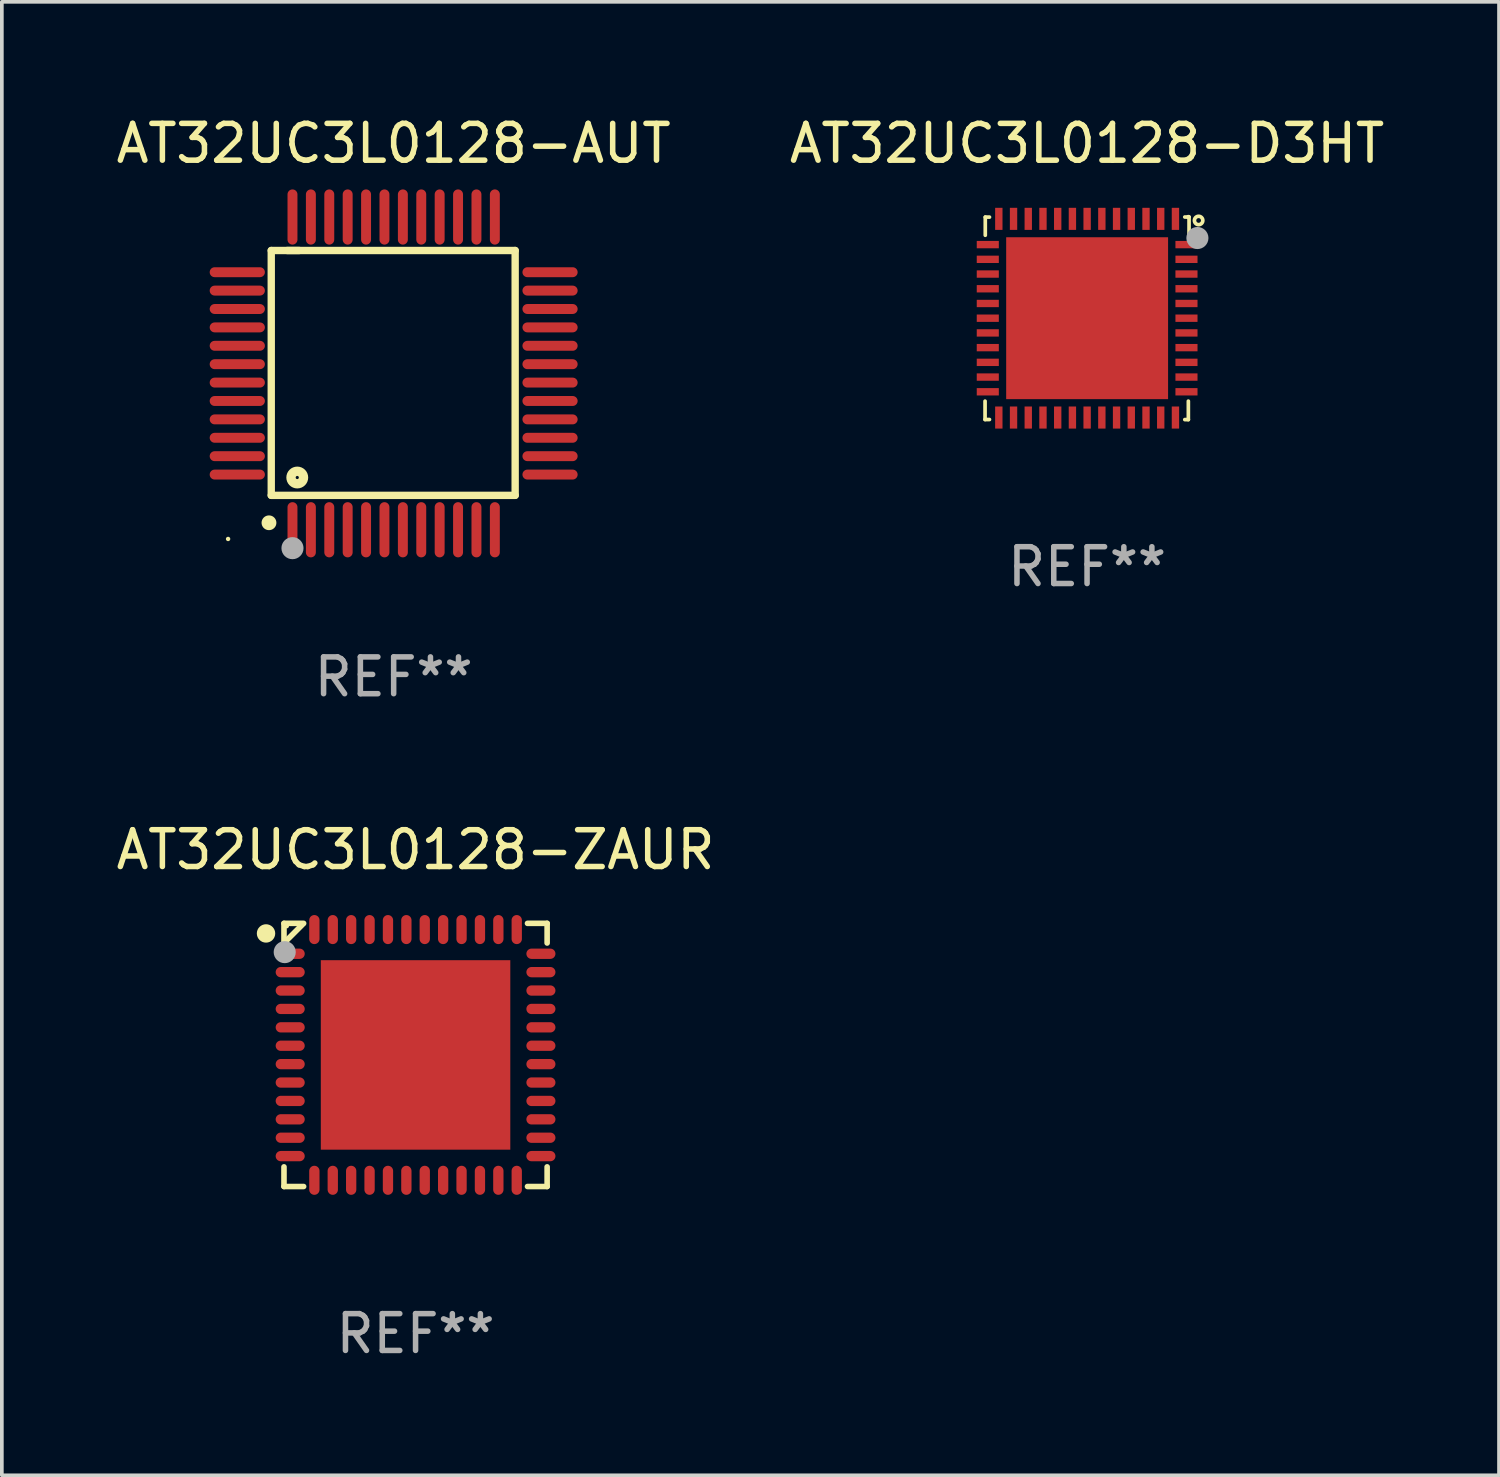
<source format=kicad_pcb>
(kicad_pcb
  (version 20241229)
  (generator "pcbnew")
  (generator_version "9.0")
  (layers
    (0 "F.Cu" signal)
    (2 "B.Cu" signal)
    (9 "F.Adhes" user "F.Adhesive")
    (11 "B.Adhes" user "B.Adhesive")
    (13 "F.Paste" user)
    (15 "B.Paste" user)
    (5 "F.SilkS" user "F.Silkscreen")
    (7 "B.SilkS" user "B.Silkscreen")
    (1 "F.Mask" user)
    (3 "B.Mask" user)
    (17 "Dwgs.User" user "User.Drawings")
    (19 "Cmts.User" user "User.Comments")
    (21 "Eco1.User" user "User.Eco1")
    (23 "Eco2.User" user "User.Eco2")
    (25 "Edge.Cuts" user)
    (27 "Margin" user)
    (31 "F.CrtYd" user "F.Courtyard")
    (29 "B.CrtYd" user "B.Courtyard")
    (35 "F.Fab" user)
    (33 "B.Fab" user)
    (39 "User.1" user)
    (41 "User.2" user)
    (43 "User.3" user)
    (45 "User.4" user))
  (footprint "AT32UC3L0128-ZAUR"
    (layer "F.Cu")
    (at 8.244 25.621)
    (property "Reference" "AT32UC3L0128-ZAUR" (at 0 -5.576 0) (layer "F.SilkS") (effects (font (size 1 1) (thickness 0.15))))
    (attr through_hole)
    (fp_line (start -3.576 -3.576) (end -3.042 -3.576) (stroke (width 0.152) (type solid)) (layer "F.SilkS"))
    (fp_line (start -3.576 -3.042) (end -3.576 -3.576) (stroke (width 0.152) (type solid)) (layer "F.SilkS"))
    (fp_line (start -3.576 3.042) (end -3.576 3.576) (stroke (width 0.152) (type solid)) (layer "F.SilkS"))
    (fp_line (start -3.576 3.576) (end -3.042 3.576) (stroke (width 0.152) (type solid)) (layer "F.SilkS"))
    (fp_line (start -3.069 -3.549) (end -3.549 -3.069) (stroke (width 0.152) (type solid)) (layer "F.SilkS"))
    (fp_line (start 3.576 -3.576) (end 3.042 -3.576) (stroke (width 0.152) (type solid)) (layer "F.SilkS"))
    (fp_line (start 3.576 -3.042) (end 3.576 -3.576) (stroke (width 0.152) (type solid)) (layer "F.SilkS"))
    (fp_line (start 3.576 3.042) (end 3.576 3.576) (stroke (width 0.152) (type solid)) (layer "F.SilkS"))
    (fp_line (start 3.576 3.576) (end 3.042 3.576) (stroke (width 0.152) (type solid)) (layer "F.SilkS"))
    (fp_circle (center -4.064 -3.302) (end -3.939 -3.302) (stroke (width 0.25) (type solid)) (fill no) (layer "F.SilkS"))
    (fp_circle (center -3.5 -3.5) (end -3.47 -3.5) (stroke (width 0.06) (type solid)) (fill no) (layer "F.SilkS"))
    (fp_circle (center -3.556 -2.794) (end -3.406 -2.794) (stroke (width 0.3) (type solid)) (fill no) (layer "F.Fab"))
    (fp_text user "REF**" (at 0 7.576 0) (layer "F.Fab") (effects (font (size 1 1) (thickness 0.15))))
    (pad "1" smd oval (at -3.407 -2.75) (size 0.79 0.28) (layers "F.Cu" "F.Mask" "F.Paste"))
    (pad "2" smd oval (at -3.407 -2.25) (size 0.79 0.28) (layers "F.Cu" "F.Mask" "F.Paste"))
    (pad "3" smd oval (at -3.407 -1.75) (size 0.79 0.28) (layers "F.Cu" "F.Mask" "F.Paste"))
    (pad "4" smd oval (at -3.407 -1.25) (size 0.79 0.28) (layers "F.Cu" "F.Mask" "F.Paste"))
    (pad "5" smd oval (at -3.407 -0.75) (size 0.79 0.28) (layers "F.Cu" "F.Mask" "F.Paste"))
    (pad "6" smd oval (at -3.407 -0.25) (size 0.79 0.28) (layers "F.Cu" "F.Mask" "F.Paste"))
    (pad "7" smd oval (at -3.407 0.25) (size 0.79 0.28) (layers "F.Cu" "F.Mask" "F.Paste"))
    (pad "8" smd oval (at -3.407 0.75) (size 0.79 0.28) (layers "F.Cu" "F.Mask" "F.Paste"))
    (pad "9" smd oval (at -3.407 1.25) (size 0.79 0.28) (layers "F.Cu" "F.Mask" "F.Paste"))
    (pad "10" smd oval (at -3.407 1.75) (size 0.79 0.28) (layers "F.Cu" "F.Mask" "F.Paste"))
    (pad "11" smd oval (at -3.407 2.25) (size 0.79 0.28) (layers "F.Cu" "F.Mask" "F.Paste"))
    (pad "12" smd oval (at -3.407 2.75) (size 0.79 0.28) (layers "F.Cu" "F.Mask" "F.Paste"))
    (pad "13" smd oval (at -2.75 3.407) (size 0.28 0.79) (layers "F.Cu" "F.Mask" "F.Paste"))
    (pad "14" smd oval (at -2.25 3.407) (size 0.28 0.79) (layers "F.Cu" "F.Mask" "F.Paste"))
    (pad "15" smd oval (at -1.75 3.407) (size 0.28 0.79) (layers "F.Cu" "F.Mask" "F.Paste"))
    (pad "16" smd oval (at -1.25 3.407) (size 0.28 0.79) (layers "F.Cu" "F.Mask" "F.Paste"))
    (pad "17" smd oval (at -0.75 3.407) (size 0.28 0.79) (layers "F.Cu" "F.Mask" "F.Paste"))
    (pad "18" smd oval (at -0.25 3.407) (size 0.28 0.79) (layers "F.Cu" "F.Mask" "F.Paste"))
    (pad "19" smd oval (at 0.25 3.407) (size 0.28 0.79) (layers "F.Cu" "F.Mask" "F.Paste"))
    (pad "20" smd oval (at 0.75 3.407) (size 0.28 0.79) (layers "F.Cu" "F.Mask" "F.Paste"))
    (pad "21" smd oval (at 1.25 3.407) (size 0.28 0.79) (layers "F.Cu" "F.Mask" "F.Paste"))
    (pad "22" smd oval (at 1.75 3.407) (size 0.28 0.79) (layers "F.Cu" "F.Mask" "F.Paste"))
    (pad "23" smd oval (at 2.25 3.407) (size 0.28 0.79) (layers "F.Cu" "F.Mask" "F.Paste"))
    (pad "24" smd oval (at 2.75 3.407) (size 0.28 0.79) (layers "F.Cu" "F.Mask" "F.Paste"))
    (pad "25" smd oval (at 3.407 2.75) (size 0.79 0.28) (layers "F.Cu" "F.Mask" "F.Paste"))
    (pad "26" smd oval (at 3.407 2.25) (size 0.79 0.28) (layers "F.Cu" "F.Mask" "F.Paste"))
    (pad "27" smd oval (at 3.407 1.75) (size 0.79 0.28) (layers "F.Cu" "F.Mask" "F.Paste"))
    (pad "28" smd oval (at 3.407 1.25) (size 0.79 0.28) (layers "F.Cu" "F.Mask" "F.Paste"))
    (pad "29" smd oval (at 3.407 0.75) (size 0.79 0.28) (layers "F.Cu" "F.Mask" "F.Paste"))
    (pad "30" smd oval (at 3.407 0.25) (size 0.79 0.28) (layers "F.Cu" "F.Mask" "F.Paste"))
    (pad "31" smd oval (at 3.407 -0.25) (size 0.79 0.28) (layers "F.Cu" "F.Mask" "F.Paste"))
    (pad "32" smd oval (at 3.407 -0.75) (size 0.79 0.28) (layers "F.Cu" "F.Mask" "F.Paste"))
    (pad "33" smd oval (at 3.407 -1.25) (size 0.79 0.28) (layers "F.Cu" "F.Mask" "F.Paste"))
    (pad "34" smd oval (at 3.407 -1.75) (size 0.79 0.28) (layers "F.Cu" "F.Mask" "F.Paste"))
    (pad "35" smd oval (at 3.407 -2.25) (size 0.79 0.28) (layers "F.Cu" "F.Mask" "F.Paste"))
    (pad "36" smd oval (at 3.407 -2.75) (size 0.79 0.28) (layers "F.Cu" "F.Mask" "F.Paste"))
    (pad "37" smd oval (at 2.75 -3.407) (size 0.28 0.79) (layers "F.Cu" "F.Mask" "F.Paste"))
    (pad "38" smd oval (at 2.25 -3.407) (size 0.28 0.79) (layers "F.Cu" "F.Mask" "F.Paste"))
    (pad "39" smd oval (at 1.75 -3.407) (size 0.28 0.79) (layers "F.Cu" "F.Mask" "F.Paste"))
    (pad "40" smd oval (at 1.25 -3.407) (size 0.28 0.79) (layers "F.Cu" "F.Mask" "F.Paste"))
    (pad "41" smd oval (at 0.75 -3.407) (size 0.28 0.79) (layers "F.Cu" "F.Mask" "F.Paste"))
    (pad "42" smd oval (at 0.25 -3.407) (size 0.28 0.79) (layers "F.Cu" "F.Mask" "F.Paste"))
    (pad "43" smd oval (at -0.25 -3.407) (size 0.28 0.79) (layers "F.Cu" "F.Mask" "F.Paste"))
    (pad "44" smd oval (at -0.75 -3.407) (size 0.28 0.79) (layers "F.Cu" "F.Mask" "F.Paste"))
    (pad "45" smd oval (at -1.25 -3.407) (size 0.28 0.79) (layers "F.Cu" "F.Mask" "F.Paste"))
    (pad "46" smd oval (at -1.75 -3.407) (size 0.28 0.79) (layers "F.Cu" "F.Mask" "F.Paste"))
    (pad "47" smd oval (at -2.25 -3.407) (size 0.28 0.79) (layers "F.Cu" "F.Mask" "F.Paste"))
    (pad "48" smd oval (at -2.75 -3.407) (size 0.28 0.79) (layers "F.Cu" "F.Mask" "F.Paste"))
    (pad "49" smd rect (at 0 0) (size 5.15 5.15) (layers "F.Cu" "F.Mask" "F.Paste")))
  (footprint "AT32UC3L0128-D3HT"
    (layer "F.Cu")
    (at 26.494 5.601)
    (property "Reference" "AT32UC3L0128-D3HT" (at 0 -4.753 0) (layer "F.SilkS") (effects (font (size 1 1) (thickness 0.15))))
    (attr through_hole)
    (fp_line (start -2.772 2.751) (end -2.772 2.251) (stroke (width 0.1) (type solid)) (layer "F.SilkS"))
    (fp_line (start -2.766 -2.75) (end -2.766 -2.257) (stroke (width 0.1) (type solid)) (layer "F.SilkS"))
    (fp_line (start -2.652 -2.75) (end -2.766 -2.75) (stroke (width 0.1) (type solid)) (layer "F.SilkS"))
    (fp_line (start -2.652 2.751) (end -2.772 2.751) (stroke (width 0.1) (type solid)) (layer "F.SilkS"))
    (fp_line (start 2.656 -2.753) (end 2.772 -2.753) (stroke (width 0.1) (type solid)) (layer "F.SilkS"))
    (fp_line (start 2.656 2.753) (end 2.753 2.753) (stroke (width 0.1) (type solid)) (layer "F.SilkS"))
    (fp_line (start 2.753 2.753) (end 2.753 2.251) (stroke (width 0.1) (type solid)) (layer "F.SilkS"))
    (fp_line (start 2.772 -2.753) (end 2.772 -2.257) (stroke (width 0.1) (type solid)) (layer "F.SilkS"))
    (fp_circle (center 2.752 -2.753) (end 2.782 -2.753) (stroke (width 0.06) (type solid)) (fill no) (layer "F.SilkS"))
    (fp_circle (center 3.032 -2.659) (end 3.146 -2.659) (stroke (width 0.1) (type solid)) (fill no) (layer "F.SilkS"))
    (fp_circle (center 2.999 -2.182) (end 3.149 -2.182) (stroke (width 0.3) (type solid)) (fill no) (layer "F.Fab"))
    (fp_text user "REF**" (at 0 6.753 0) (layer "F.Fab") (effects (font (size 1 1) (thickness 0.15))))
    (pad "1" smd rect (at 2.702 -2.003 90) (size 0.2 0.6) (layers "F.Cu" "F.Mask" "F.Paste"))
    (pad "2" smd rect (at 2.702 -1.603 90) (size 0.2 0.6) (layers "F.Cu" "F.Mask" "F.Paste"))
    (pad "3" smd rect (at 2.702 -1.203 90) (size 0.2 0.6) (layers "F.Cu" "F.Mask" "F.Paste"))
    (pad "4" smd rect (at 2.702 -0.803 90) (size 0.2 0.6) (layers "F.Cu" "F.Mask" "F.Paste"))
    (pad "5" smd rect (at 2.702 -0.403 90) (size 0.2 0.6) (layers "F.Cu" "F.Mask" "F.Paste"))
    (pad "6" smd rect (at 2.702 -0.003 90) (size 0.2 0.6) (layers "F.Cu" "F.Mask" "F.Paste"))
    (pad "7" smd rect (at 2.702 0.397 90) (size 0.2 0.6) (layers "F.Cu" "F.Mask" "F.Paste"))
    (pad "8" smd rect (at 2.702 0.797 90) (size 0.2 0.6) (layers "F.Cu" "F.Mask" "F.Paste"))
    (pad "9" smd rect (at 2.702 1.197 90) (size 0.2 0.6) (layers "F.Cu" "F.Mask" "F.Paste"))
    (pad "10" smd rect (at 2.702 1.597 90) (size 0.2 0.6) (layers "F.Cu" "F.Mask" "F.Paste"))
    (pad "11" smd rect (at 2.702 1.997 90) (size 0.2 0.6) (layers "F.Cu" "F.Mask" "F.Paste"))
    (pad "12" smd rect (at 2.402 2.697 180) (size 0.2 0.6) (layers "F.Cu" "F.Mask" "F.Paste"))
    (pad "13" smd rect (at 2.002 2.697 180) (size 0.2 0.6) (layers "F.Cu" "F.Mask" "F.Paste"))
    (pad "14" smd rect (at 1.602 2.697 180) (size 0.2 0.6) (layers "F.Cu" "F.Mask" "F.Paste"))
    (pad "15" smd rect (at 1.202 2.697 180) (size 0.2 0.6) (layers "F.Cu" "F.Mask" "F.Paste"))
    (pad "16" smd rect (at 0.802 2.697 180) (size 0.2 0.6) (layers "F.Cu" "F.Mask" "F.Paste"))
    (pad "17" smd rect (at 0.402 2.697 180) (size 0.2 0.6) (layers "F.Cu" "F.Mask" "F.Paste"))
    (pad "18" smd rect (at 0.002 2.697 180) (size 0.2 0.6) (layers "F.Cu" "F.Mask" "F.Paste"))
    (pad "19" smd rect (at -0.398 2.697 180) (size 0.2 0.6) (layers "F.Cu" "F.Mask" "F.Paste"))
    (pad "20" smd rect (at -0.798 2.697 180) (size 0.2 0.6) (layers "F.Cu" "F.Mask" "F.Paste"))
    (pad "21" smd rect (at -1.198 2.697 180) (size 0.2 0.6) (layers "F.Cu" "F.Mask" "F.Paste"))
    (pad "22" smd rect (at -1.598 2.697 180) (size 0.2 0.6) (layers "F.Cu" "F.Mask" "F.Paste"))
    (pad "23" smd rect (at -1.998 2.697 180) (size 0.2 0.6) (layers "F.Cu" "F.Mask" "F.Paste"))
    (pad "24" smd rect (at -2.398 2.697 180) (size 0.2 0.6) (layers "F.Cu" "F.Mask" "F.Paste"))
    (pad "25" smd rect (at -2.698 1.997 270) (size 0.2 0.6) (layers "F.Cu" "F.Mask" "F.Paste"))
    (pad "26" smd rect (at -2.698 1.597 270) (size 0.2 0.6) (layers "F.Cu" "F.Mask" "F.Paste"))
    (pad "27" smd rect (at -2.698 1.197 270) (size 0.2 0.6) (layers "F.Cu" "F.Mask" "F.Paste"))
    (pad "28" smd rect (at -2.698 0.797 270) (size 0.2 0.6) (layers "F.Cu" "F.Mask" "F.Paste"))
    (pad "29" smd rect (at -2.698 0.397 270) (size 0.2 0.6) (layers "F.Cu" "F.Mask" "F.Paste"))
    (pad "30" smd rect (at -2.698 -0.003 270) (size 0.2 0.6) (layers "F.Cu" "F.Mask" "F.Paste"))
    (pad "31" smd rect (at -2.698 -0.403 270) (size 0.2 0.6) (layers "F.Cu" "F.Mask" "F.Paste"))
    (pad "32" smd rect (at -2.698 -0.803 270) (size 0.2 0.6) (layers "F.Cu" "F.Mask" "F.Paste"))
    (pad "33" smd rect (at -2.698 -1.203 270) (size 0.2 0.6) (layers "F.Cu" "F.Mask" "F.Paste"))
    (pad "34" smd rect (at -2.698 -1.603 270) (size 0.2 0.6) (layers "F.Cu" "F.Mask" "F.Paste"))
    (pad "35" smd rect (at -2.698 -2.003 270) (size 0.2 0.6) (layers "F.Cu" "F.Mask" "F.Paste"))
    (pad "36" smd rect (at -2.398 -2.703) (size 0.2 0.6) (layers "F.Cu" "F.Mask" "F.Paste"))
    (pad "37" smd rect (at -1.998 -2.703) (size 0.2 0.6) (layers "F.Cu" "F.Mask" "F.Paste"))
    (pad "38" smd rect (at -1.598 -2.703) (size 0.2 0.6) (layers "F.Cu" "F.Mask" "F.Paste"))
    (pad "39" smd rect (at -1.198 -2.703) (size 0.2 0.6) (layers "F.Cu" "F.Mask" "F.Paste"))
    (pad "40" smd rect (at -0.798 -2.703) (size 0.2 0.6) (layers "F.Cu" "F.Mask" "F.Paste"))
    (pad "41" smd rect (at -0.398 -2.703) (size 0.2 0.6) (layers "F.Cu" "F.Mask" "F.Paste"))
    (pad "42" smd rect (at 0.002 -2.703) (size 0.2 0.6) (layers "F.Cu" "F.Mask" "F.Paste"))
    (pad "43" smd rect (at 0.402 -2.703) (size 0.2 0.6) (layers "F.Cu" "F.Mask" "F.Paste"))
    (pad "44" smd rect (at 0.802 -2.703) (size 0.2 0.6) (layers "F.Cu" "F.Mask" "F.Paste"))
    (pad "45" smd rect (at 1.202 -2.703) (size 0.2 0.6) (layers "F.Cu" "F.Mask" "F.Paste"))
    (pad "46" smd rect (at 1.602 -2.703) (size 0.2 0.6) (layers "F.Cu" "F.Mask" "F.Paste"))
    (pad "47" smd rect (at 2.002 -2.703) (size 0.2 0.6) (layers "F.Cu" "F.Mask" "F.Paste"))
    (pad "48" smd rect (at 2.402 -2.703) (size 0.2 0.6) (layers "F.Cu" "F.Mask" "F.Paste"))
    (pad "49" smd rect (at 0.002 -0.003) (size 4.4 4.4) (layers "F.Cu" "F.Mask" "F.Paste")))
  (footprint "AT32UC3L0128-AUT"
    (layer "F.Cu")
    (at 7.649 7.098)
    (property "Reference" "AT32UC3L0128-AUT" (at 0 -6.25 0) (layer "F.SilkS") (effects (font (size 1 1) (thickness 0.15))))
    (attr through_hole)
    (fp_line (start -3.327 -3.34) (end -2.565 -3.34) (stroke (width 0.2) (type solid)) (layer "F.SilkS"))
    (fp_line (start -3.327 3.315) (end -3.327 -3.34) (stroke (width 0.2) (type solid)) (layer "F.SilkS"))
    (fp_line (start -2.896 -3.34) (end 3.302 -3.34) (stroke (width 0.2) (type solid)) (layer "F.SilkS"))
    (fp_line (start 3.302 -3.34) (end 3.302 3.315) (stroke (width 0.2) (type solid)) (layer "F.SilkS"))
    (fp_line (start 3.302 3.315) (end -3.327 3.315) (stroke (width 0.2) (type solid)) (layer "F.SilkS"))
    (fp_arc (start -3.389992 4.059995) (mid -3.388722 4.059991) (end -3.387452 4.059995) (stroke (width 0.4) (type solid)) (layer "F.SilkS"))
    (fp_circle (center -4.5 4.5) (end -4.47 4.5) (stroke (width 0.06) (type solid)) (fill no) (layer "F.SilkS"))
    (fp_circle (center -2.62 2.83) (end -2.45 2.83) (stroke (width 0.254) (type solid)) (fill no) (layer "F.SilkS"))
    (fp_circle (center -2.75 4.75) (end -2.6 4.75) (stroke (width 0.3) (type solid)) (fill no) (layer "F.Fab"))
    (fp_text user "REF**" (at 0 8.25 0) (layer "F.Fab") (effects (font (size 1 1) (thickness 0.15))))
    (pad "1" smd oval (at -2.75 4.25) (size 0.27 1.5) (layers "F.Cu" "F.Mask" "F.Paste"))
    (pad "2" smd oval (at -2.25 4.25) (size 0.27 1.5) (layers "F.Cu" "F.Mask" "F.Paste"))
    (pad "3" smd oval (at -1.75 4.25) (size 0.27 1.5) (layers "F.Cu" "F.Mask" "F.Paste"))
    (pad "4" smd oval (at -1.25 4.25) (size 0.27 1.5) (layers "F.Cu" "F.Mask" "F.Paste"))
    (pad "5" smd oval (at -0.75 4.25) (size 0.27 1.5) (layers "F.Cu" "F.Mask" "F.Paste"))
    (pad "6" smd oval (at -0.25 4.25) (size 0.27 1.5) (layers "F.Cu" "F.Mask" "F.Paste"))
    (pad "7" smd oval (at 0.25 4.25) (size 0.27 1.5) (layers "F.Cu" "F.Mask" "F.Paste"))
    (pad "8" smd oval (at 0.75 4.25) (size 0.27 1.5) (layers "F.Cu" "F.Mask" "F.Paste"))
    (pad "9" smd oval (at 1.25 4.25) (size 0.27 1.5) (layers "F.Cu" "F.Mask" "F.Paste"))
    (pad "10" smd oval (at 1.75 4.25) (size 0.27 1.5) (layers "F.Cu" "F.Mask" "F.Paste"))
    (pad "11" smd oval (at 2.25 4.25) (size 0.27 1.5) (layers "F.Cu" "F.Mask" "F.Paste"))
    (pad "12" smd oval (at 2.75 4.25) (size 0.27 1.5) (layers "F.Cu" "F.Mask" "F.Paste"))
    (pad "13" smd oval (at 4.25 2.75) (size 1.5 0.27) (layers "F.Cu" "F.Mask" "F.Paste"))
    (pad "14" smd oval (at 4.25 2.25) (size 1.5 0.27) (layers "F.Cu" "F.Mask" "F.Paste"))
    (pad "15" smd oval (at 4.25 1.75) (size 1.5 0.27) (layers "F.Cu" "F.Mask" "F.Paste"))
    (pad "16" smd oval (at 4.25 1.25) (size 1.5 0.27) (layers "F.Cu" "F.Mask" "F.Paste"))
    (pad "17" smd oval (at 4.25 0.75) (size 1.5 0.27) (layers "F.Cu" "F.Mask" "F.Paste"))
    (pad "18" smd oval (at 4.25 0.25) (size 1.5 0.27) (layers "F.Cu" "F.Mask" "F.Paste"))
    (pad "19" smd oval (at 4.25 -0.25) (size 1.5 0.27) (layers "F.Cu" "F.Mask" "F.Paste"))
    (pad "20" smd oval (at 4.25 -0.75) (size 1.5 0.27) (layers "F.Cu" "F.Mask" "F.Paste"))
    (pad "21" smd oval (at 4.25 -1.25) (size 1.5 0.27) (layers "F.Cu" "F.Mask" "F.Paste"))
    (pad "22" smd oval (at 4.25 -1.75) (size 1.5 0.27) (layers "F.Cu" "F.Mask" "F.Paste"))
    (pad "23" smd oval (at 4.25 -2.25) (size 1.5 0.27) (layers "F.Cu" "F.Mask" "F.Paste"))
    (pad "24" smd oval (at 4.25 -2.75) (size 1.5 0.27) (layers "F.Cu" "F.Mask" "F.Paste"))
    (pad "25" smd oval (at 2.75 -4.25) (size 0.27 1.5) (layers "F.Cu" "F.Mask" "F.Paste"))
    (pad "26" smd oval (at 2.25 -4.25) (size 0.27 1.5) (layers "F.Cu" "F.Mask" "F.Paste"))
    (pad "27" smd oval (at 1.75 -4.25) (size 0.27 1.5) (layers "F.Cu" "F.Mask" "F.Paste"))
    (pad "28" smd oval (at 1.25 -4.25) (size 0.27 1.5) (layers "F.Cu" "F.Mask" "F.Paste"))
    (pad "29" smd oval (at 0.75 -4.25) (size 0.27 1.5) (layers "F.Cu" "F.Mask" "F.Paste"))
    (pad "30" smd oval (at 0.25 -4.25) (size 0.27 1.5) (layers "F.Cu" "F.Mask" "F.Paste"))
    (pad "31" smd oval (at -0.25 -4.25) (size 0.27 1.5) (layers "F.Cu" "F.Mask" "F.Paste"))
    (pad "32" smd oval (at -0.75 -4.25) (size 0.27 1.5) (layers "F.Cu" "F.Mask" "F.Paste"))
    (pad "33" smd oval (at -1.25 -4.25) (size 0.27 1.5) (layers "F.Cu" "F.Mask" "F.Paste"))
    (pad "34" smd oval (at -1.75 -4.25) (size 0.27 1.5) (layers "F.Cu" "F.Mask" "F.Paste"))
    (pad "35" smd oval (at -2.25 -4.25) (size 0.27 1.5) (layers "F.Cu" "F.Mask" "F.Paste"))
    (pad "36" smd oval (at -2.75 -4.25) (size 0.27 1.5) (layers "F.Cu" "F.Mask" "F.Paste"))
    (pad "37" smd oval (at -4.25 -2.75) (size 1.5 0.27) (layers "F.Cu" "F.Mask" "F.Paste"))
    (pad "38" smd oval (at -4.25 -2.25) (size 1.5 0.27) (layers "F.Cu" "F.Mask" "F.Paste"))
    (pad "39" smd oval (at -4.25 -1.75) (size 1.5 0.27) (layers "F.Cu" "F.Mask" "F.Paste"))
    (pad "40" smd oval (at -4.25 -1.25) (size 1.5 0.27) (layers "F.Cu" "F.Mask" "F.Paste"))
    (pad "41" smd oval (at -4.25 -0.75) (size 1.5 0.27) (layers "F.Cu" "F.Mask" "F.Paste"))
    (pad "42" smd oval (at -4.25 -0.25) (size 1.5 0.27) (layers "F.Cu" "F.Mask" "F.Paste"))
    (pad "43" smd oval (at -4.25 0.25) (size 1.5 0.27) (layers "F.Cu" "F.Mask" "F.Paste"))
    (pad "44" smd oval (at -4.25 0.75) (size 1.5 0.27) (layers "F.Cu" "F.Mask" "F.Paste"))
    (pad "45" smd oval (at -4.25 1.25) (size 1.5 0.27) (layers "F.Cu" "F.Mask" "F.Paste"))
    (pad "46" smd oval (at -4.25 1.75) (size 1.5 0.27) (layers "F.Cu" "F.Mask" "F.Paste"))
    (pad "47" smd oval (at -4.25 2.25) (size 1.5 0.27) (layers "F.Cu" "F.Mask" "F.Paste"))
    (pad "48" smd oval (at -4.25 2.75) (size 1.5 0.27) (layers "F.Cu" "F.Mask" "F.Paste")))
  (gr_rect
    (start -3 -3)
    (end 37.69 37.045)
    (stroke (width 0.1) (type default))
    (fill no)
    (layer "Edge.Cuts")))
</source>
